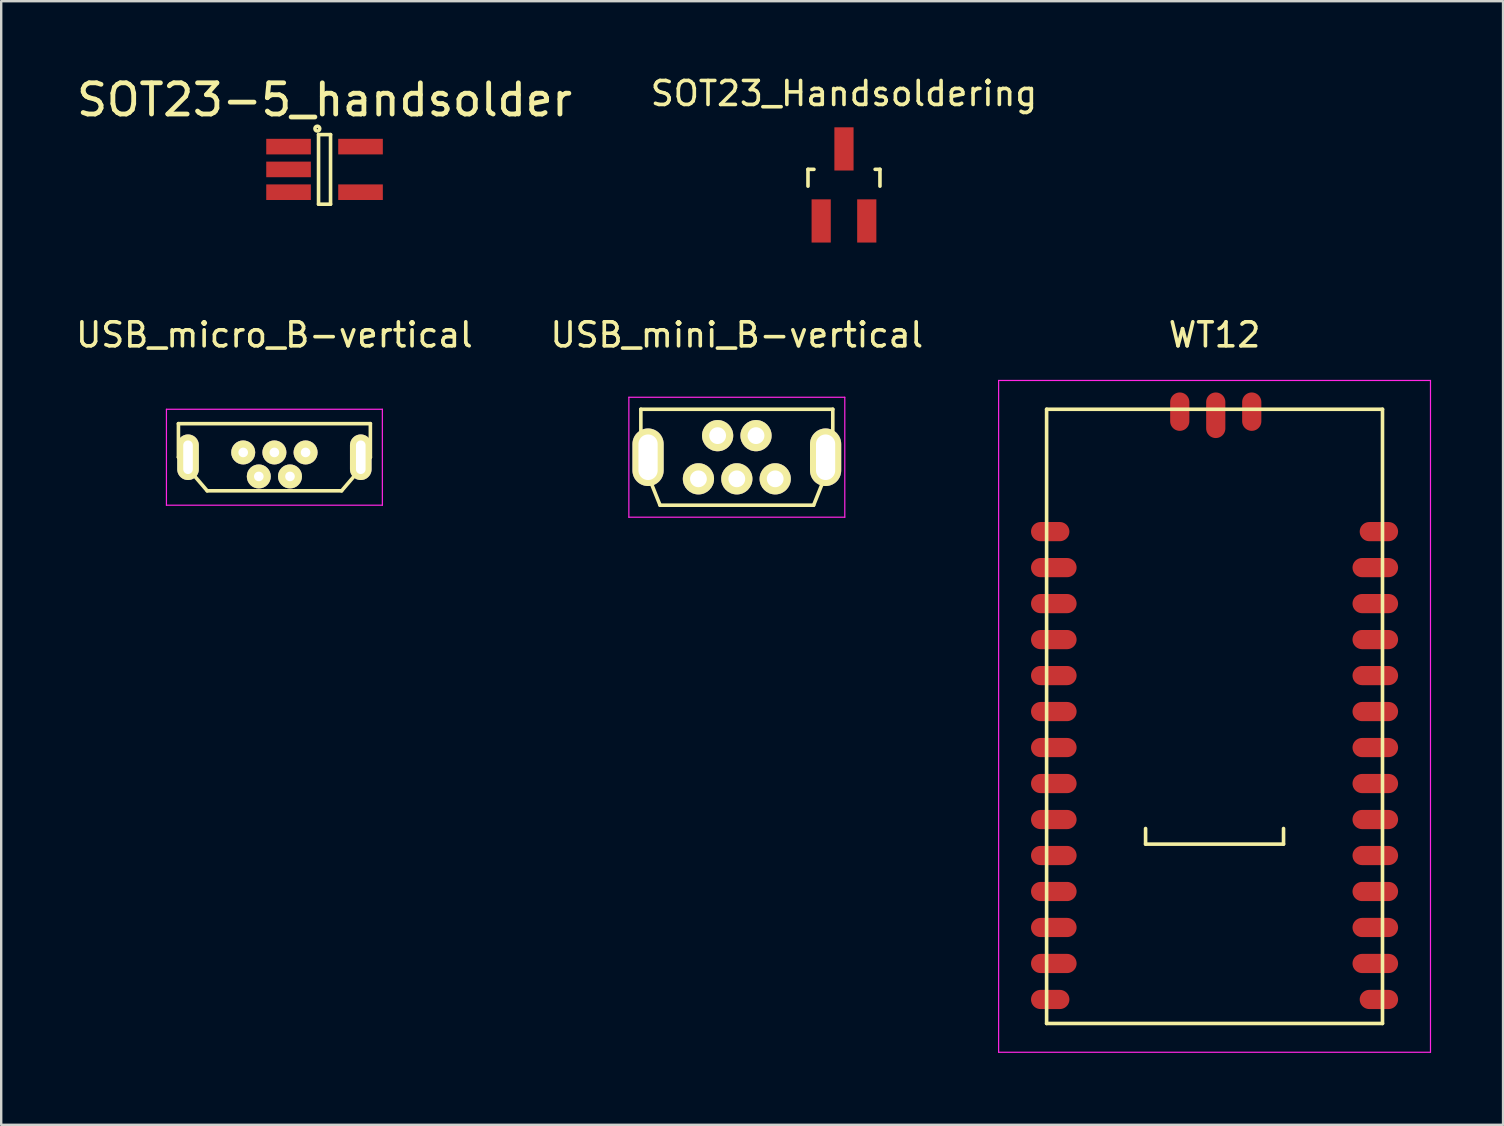
<source format=kicad_pcb>
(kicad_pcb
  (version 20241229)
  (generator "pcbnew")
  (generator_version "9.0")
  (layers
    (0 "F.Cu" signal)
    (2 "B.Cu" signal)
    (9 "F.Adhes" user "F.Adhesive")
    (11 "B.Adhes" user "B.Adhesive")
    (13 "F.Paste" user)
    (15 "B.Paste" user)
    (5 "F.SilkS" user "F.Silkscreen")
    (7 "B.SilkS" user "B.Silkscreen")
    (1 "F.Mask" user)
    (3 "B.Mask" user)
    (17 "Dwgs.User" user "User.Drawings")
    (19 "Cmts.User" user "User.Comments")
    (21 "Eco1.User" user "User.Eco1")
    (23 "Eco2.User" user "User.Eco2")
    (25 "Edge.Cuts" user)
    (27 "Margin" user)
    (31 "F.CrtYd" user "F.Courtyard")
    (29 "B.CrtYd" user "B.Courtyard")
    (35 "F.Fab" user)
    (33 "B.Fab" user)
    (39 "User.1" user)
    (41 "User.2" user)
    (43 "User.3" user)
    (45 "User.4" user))
  (footprint "SOT23-5_handsolder"
    (layer "F.Cu")
    (at 10.477 4.011)
    (property "Reference" "SOT23-5_handsolder" (at 0 -2.9 0) (layer "F.SilkS") (effects (font (size 1.3 1.3) (thickness 0.2))))
    (attr smd)
    (fp_line (start -0.25 -1.45) (end -0.25 1.45) (stroke (width 0.15) (type solid)) (layer "F.SilkS"))
    (fp_line (start -0.25 1.45) (end 0.25 1.45) (stroke (width 0.15) (type solid)) (layer "F.SilkS"))
    (fp_line (start 0.25 -1.45) (end -0.25 -1.45) (stroke (width 0.15) (type solid)) (layer "F.SilkS"))
    (fp_line (start 0.25 1.45) (end 0.25 -1.45) (stroke (width 0.15) (type solid)) (layer "F.SilkS"))
    (fp_circle (center -0.3 -1.7) (end -0.2 -1.7) (stroke (width 0.15) (type solid)) (fill no) (layer "F.SilkS"))
    (pad "1" smd rect (at -1.1 -0.95) (size 1.86 0.65) (drill (offset -0.4 0)) (layers "F.Cu" "F.Mask" "F.Paste"))
    (pad "2" smd rect (at -1.1 0) (size 1.86 0.65) (drill (offset -0.4 0)) (layers "F.Cu" "F.Mask" "F.Paste"))
    (pad "3" smd rect (at -1.1 0.95) (size 1.86 0.65) (drill (offset -0.4 0)) (layers "F.Cu" "F.Mask" "F.Paste"))
    (pad "4" smd rect (at 1.1 0.95) (size 1.86 0.65) (drill (offset 0.4 0)) (layers "F.Cu" "F.Mask" "F.Paste"))
    (pad "5" smd rect (at 1.1 -0.95) (size 1.86 0.65) (drill (offset 0.4 0)) (layers "F.Cu" "F.Mask" "F.Paste")))
  (footprint "SOT23_Handsoldering"
    (layer "F.Cu")
    (at 32.127 4.658)
    (property "Reference" "SOT23_Handsoldering" (at 0 -3.81 0) (layer "F.SilkS") (effects (font (size 1 1) (thickness 0.15))))
    (attr smd)
    (fp_line (start -1.5 -0.65) (end -1.251 -0.65) (stroke (width 0.15) (type solid)) (layer "F.SilkS"))
    (fp_line (start -1.5 0.051) (end -1.5 -0.65) (stroke (width 0.15) (type solid)) (layer "F.SilkS"))
    (fp_line (start 1.299 -0.65) (end 1.5 -0.65) (stroke (width 0.15) (type solid)) (layer "F.SilkS"))
    (fp_line (start 1.5 -0.65) (end 1.5 0.051) (stroke (width 0.15) (type solid)) (layer "F.SilkS"))
    (pad "D" smd rect (at 0 -1.501) (size 0.8 1.801) (layers "F.Cu" "F.Mask" "F.Paste"))
    (pad "G" smd rect (at -0.95 1.501) (size 0.8 1.801) (layers "F.Cu" "F.Mask" "F.Paste"))
    (pad "S" smd rect (at 0.95 1.501) (size 0.8 1.801) (layers "F.Cu" "F.Mask" "F.Paste")))
  (footprint "WT12"
    (layer "F.Cu")
    (at 47.573 26.808)
    (property "Reference" "WT12" (at 0 -15.9 0) (layer "F.SilkS") (effects (font (size 1 1) (thickness 0.15))))
    (attr smd)
    (fp_line (start -7 -12.8) (end 7 -12.8) (stroke (width 0.15) (type solid)) (layer "F.SilkS"))
    (fp_line (start -7 12.8) (end -7 -12.8) (stroke (width 0.15) (type solid)) (layer "F.SilkS"))
    (fp_line (start -2.875 5.325) (end -2.875 4.675) (stroke (width 0.15) (type solid)) (layer "F.SilkS"))
    (fp_line (start -2.875 5.325) (end 2.875 5.325) (stroke (width 0.15) (type solid)) (layer "F.SilkS"))
    (fp_line (start 2.875 5.325) (end 2.875 4.675) (stroke (width 0.15) (type solid)) (layer "F.SilkS"))
    (fp_line (start 7 -12.8) (end 7 12.8) (stroke (width 0.15) (type solid)) (layer "F.SilkS"))
    (fp_line (start 7 12.8) (end -7 12.8) (stroke (width 0.15) (type solid)) (layer "F.SilkS"))
    (fp_line (start -9 -14) (end -9 14) (stroke (width 0.05) (type solid)) (layer "F.CrtYd"))
    (fp_line (start -9 -14) (end 9 -14) (stroke (width 0.05) (type solid)) (layer "F.CrtYd"))
    (fp_line (start -9 14) (end 9 14) (stroke (width 0.05) (type solid)) (layer "F.CrtYd"))
    (fp_line (start 9 -14) (end 9 14) (stroke (width 0.05) (type solid)) (layer "F.CrtYd"))
    (pad "1" smd oval (at -6.7 -7.7) (size 1.6 0.8) (drill (offset -0.15 0)) (layers "F.Cu" "F.Mask" "F.Paste"))
    (pad "2" smd oval (at -6.7 -6.2) (size 1.9 0.8) (layers "F.Cu" "F.Mask" "F.Paste"))
    (pad "3" smd oval (at -6.7 -4.7) (size 1.9 0.8) (layers "F.Cu" "F.Mask" "F.Paste"))
    (pad "4" smd oval (at -6.7 -3.2) (size 1.9 0.8) (layers "F.Cu" "F.Mask" "F.Paste"))
    (pad "5" smd oval (at -6.7 -1.7) (size 1.9 0.8) (layers "F.Cu" "F.Mask" "F.Paste"))
    (pad "6" smd oval (at -6.7 -0.2) (size 1.9 0.8) (layers "F.Cu" "F.Mask" "F.Paste"))
    (pad "7" smd oval (at -6.7 1.3) (size 1.9 0.8) (layers "F.Cu" "F.Mask" "F.Paste"))
    (pad "8" smd oval (at -6.7 2.8) (size 1.9 0.8) (layers "F.Cu" "F.Mask" "F.Paste"))
    (pad "9" smd oval (at -6.7 4.3) (size 1.9 0.8) (layers "F.Cu" "F.Mask" "F.Paste"))
    (pad "10" smd oval (at -6.7 5.8) (size 1.9 0.8) (layers "F.Cu" "F.Mask" "F.Paste"))
    (pad "11" smd oval (at -6.7 7.3) (size 1.9 0.8) (layers "F.Cu" "F.Mask" "F.Paste"))
    (pad "12" smd oval (at -6.7 8.8) (size 1.9 0.8) (layers "F.Cu" "F.Mask" "F.Paste"))
    (pad "13" smd oval (at -6.7 10.3) (size 1.9 0.8) (layers "F.Cu" "F.Mask" "F.Paste"))
    (pad "14" smd oval (at -6.7 11.8) (size 1.6 0.8) (drill (offset -0.15 0)) (layers "F.Cu" "F.Mask" "F.Paste"))
    (pad "15" smd oval (at 6.7 11.8) (size 1.6 0.8) (drill (offset 0.15 0)) (layers "F.Cu" "F.Mask" "F.Paste"))
    (pad "16" smd oval (at 6.7 10.3) (size 1.9 0.8) (layers "F.Cu" "F.Mask" "F.Paste"))
    (pad "17" smd oval (at 6.7 8.8) (size 1.9 0.8) (layers "F.Cu" "F.Mask" "F.Paste"))
    (pad "18" smd oval (at 6.7 7.3) (size 1.9 0.8) (layers "F.Cu" "F.Mask" "F.Paste"))
    (pad "19" smd oval (at 6.7 5.8) (size 1.9 0.8) (layers "F.Cu" "F.Mask" "F.Paste"))
    (pad "20" smd oval (at 6.7 4.3) (size 1.9 0.8) (layers "F.Cu" "F.Mask" "F.Paste"))
    (pad "21" smd oval (at 6.7 2.8) (size 1.9 0.8) (layers "F.Cu" "F.Mask" "F.Paste"))
    (pad "22" smd oval (at 6.7 1.3) (size 1.9 0.8) (layers "F.Cu" "F.Mask" "F.Paste"))
    (pad "23" smd oval (at 6.7 -0.2) (size 1.9 0.8) (layers "F.Cu" "F.Mask" "F.Paste"))
    (pad "24" smd oval (at 6.7 -1.7) (size 1.9 0.8) (layers "F.Cu" "F.Mask" "F.Paste"))
    (pad "25" smd oval (at 6.7 -3.2) (size 1.9 0.8) (layers "F.Cu" "F.Mask" "F.Paste"))
    (pad "26" smd oval (at 6.7 -4.7) (size 1.9 0.8) (layers "F.Cu" "F.Mask" "F.Paste"))
    (pad "27" smd oval (at 6.7 -6.2) (size 1.9 0.8) (layers "F.Cu" "F.Mask" "F.Paste"))
    (pad "28" smd oval (at 6.7 -7.7) (size 1.6 0.8) (drill (offset 0.15 0)) (layers "F.Cu" "F.Mask" "F.Paste"))
    (pad "29" smd oval (at 1.55 -12.55 270) (size 1.6 0.8) (drill (offset -0.15 0)) (layers "F.Cu" "F.Mask" "F.Paste"))
    (pad "30" smd oval (at 0.05 -12.55 270) (size 1.9 0.8) (layers "F.Cu" "F.Mask" "F.Paste"))
    (pad "31" smd oval (at -1.45 -12.55 270) (size 1.6 0.8) (drill (offset -0.15 0)) (layers "F.Cu" "F.Mask" "F.Paste")))
  (footprint "USB_micro_B-vertical"
    (layer "F.Cu")
    (at 8.387 16.008)
    (property "Reference" "USB_micro_B-vertical" (at 0 -5.1 0) (layer "F.SilkS") (effects (font (size 1 1) (thickness 0.15))))
    (attr through_hole)
    (fp_line (start -4 -1.4) (end 4 -1.4) (stroke (width 0.15) (type solid)) (layer "F.SilkS"))
    (fp_line (start -4 0) (end -4 -1.4) (stroke (width 0.15) (type solid)) (layer "F.SilkS"))
    (fp_line (start -2.8 1.4) (end -4 0) (stroke (width 0.15) (type solid)) (layer "F.SilkS"))
    (fp_line (start 2.8 1.4) (end -2.8 1.4) (stroke (width 0.15) (type solid)) (layer "F.SilkS"))
    (fp_line (start 4 -1.4) (end 4 0) (stroke (width 0.15) (type solid)) (layer "F.SilkS"))
    (fp_line (start 4 0) (end 2.8 1.4) (stroke (width 0.15) (type solid)) (layer "F.SilkS"))
    (fp_line (start -4.5 -2) (end -4.5 2) (stroke (width 0.05) (type solid)) (layer "F.CrtYd"))
    (fp_line (start -4.5 -2) (end 4.5 -2) (stroke (width 0.05) (type solid)) (layer "F.CrtYd"))
    (fp_line (start -4.5 2) (end 4.5 2) (stroke (width 0.05) (type solid)) (layer "F.CrtYd"))
    (fp_line (start 4.5 2) (end 4.5 -2) (stroke (width 0.05) (type solid)) (layer "F.CrtYd"))
    (pad "1" thru_hole circle (at -1.3 -0.2) (size 1 1) (drill 0.4) (layers "*.Cu" "*.Mask" "F.SilkS"))
    (pad "2" thru_hole circle (at -0.65 0.8) (size 1 1) (drill 0.4) (layers "*.Cu" "*.Mask" "F.SilkS"))
    (pad "3" thru_hole circle (at 0 -0.2) (size 1 1) (drill 0.4) (layers "*.Cu" "*.Mask" "F.SilkS"))
    (pad "4" thru_hole circle (at 0.65 0.8) (size 1 1) (drill 0.4) (layers "*.Cu" "*.Mask" "F.SilkS"))
    (pad "5" thru_hole circle (at 1.3 -0.2) (size 1 1) (drill 0.4) (layers "*.Cu" "*.Mask" "F.SilkS"))
    (pad "6" thru_hole oval (at -3.6 0) (size 0.9 1.9) (drill oval 0.4 1.4) (layers "*.Cu" "*.Mask" "F.SilkS"))
    (pad "7" thru_hole oval (at 3.6 0) (size 0.9 1.9) (drill oval 0.4 1.4) (layers "*.Cu" "*.Mask" "F.SilkS")))
  (footprint "USB_mini_B-vertical"
    (layer "F.Cu")
    (at 27.661 16.008)
    (property "Reference" "USB_mini_B-vertical" (at 0 -5.1 0) (layer "F.SilkS") (effects (font (size 1 1) (thickness 0.15))))
    (attr through_hole)
    (fp_line (start -4 -2) (end 4 -2) (stroke (width 0.15) (type solid)) (layer "F.SilkS"))
    (fp_line (start -4 0) (end -4 -2) (stroke (width 0.15) (type solid)) (layer "F.SilkS"))
    (fp_line (start -3.2 2) (end -4 0) (stroke (width 0.15) (type solid)) (layer "F.SilkS"))
    (fp_line (start 3.2 2) (end -3.2 2) (stroke (width 0.15) (type solid)) (layer "F.SilkS"))
    (fp_line (start 4 -2) (end 4 0) (stroke (width 0.15) (type solid)) (layer "F.SilkS"))
    (fp_line (start 4 0) (end 3.2 2) (stroke (width 0.15) (type solid)) (layer "F.SilkS"))
    (fp_line (start -4.5 -2.5) (end -4.5 2.5) (stroke (width 0.05) (type solid)) (layer "F.CrtYd"))
    (fp_line (start -4.5 -2.5) (end 4.5 -2.5) (stroke (width 0.05) (type solid)) (layer "F.CrtYd"))
    (fp_line (start -4.5 2.5) (end 4.5 2.5) (stroke (width 0.05) (type solid)) (layer "F.CrtYd"))
    (fp_line (start 4.5 2.5) (end 4.5 -2.5) (stroke (width 0.05) (type solid)) (layer "F.CrtYd"))
    (pad "1" thru_hole oval (at -1.6 0.9) (size 1.3 1.3) (drill 0.7) (layers "*.Cu" "*.Mask" "F.SilkS"))
    (pad "2" thru_hole oval (at -0.8 -0.9) (size 1.3 1.3) (drill 0.7) (layers "*.Cu" "*.Mask" "F.SilkS"))
    (pad "3" thru_hole oval (at 0 0.9) (size 1.3 1.3) (drill 0.7) (layers "*.Cu" "*.Mask" "F.SilkS"))
    (pad "4" thru_hole circle (at 0.8 -0.9) (size 1.3 1.3) (drill 0.7) (layers "*.Cu" "*.Mask" "F.SilkS"))
    (pad "5" thru_hole oval (at 1.6 0.9) (size 1.3 1.3) (drill 0.7) (layers "*.Cu" "*.Mask" "F.SilkS"))
    (pad "6" thru_hole oval (at -3.7 0) (size 1.3 2.4) (drill oval 0.8 1.9) (layers "*.Cu" "*.Mask" "F.SilkS"))
    (pad "7" thru_hole oval (at 3.7 0) (size 1.3 2.4) (drill oval 0.8 1.9) (layers "*.Cu" "*.Mask" "F.SilkS")))
  (gr_rect
    (start -3 -3)
    (end 59.598 43.833)
    (stroke (width 0.1) (type default))
    (fill no)
    (layer "Edge.Cuts")))
</source>
